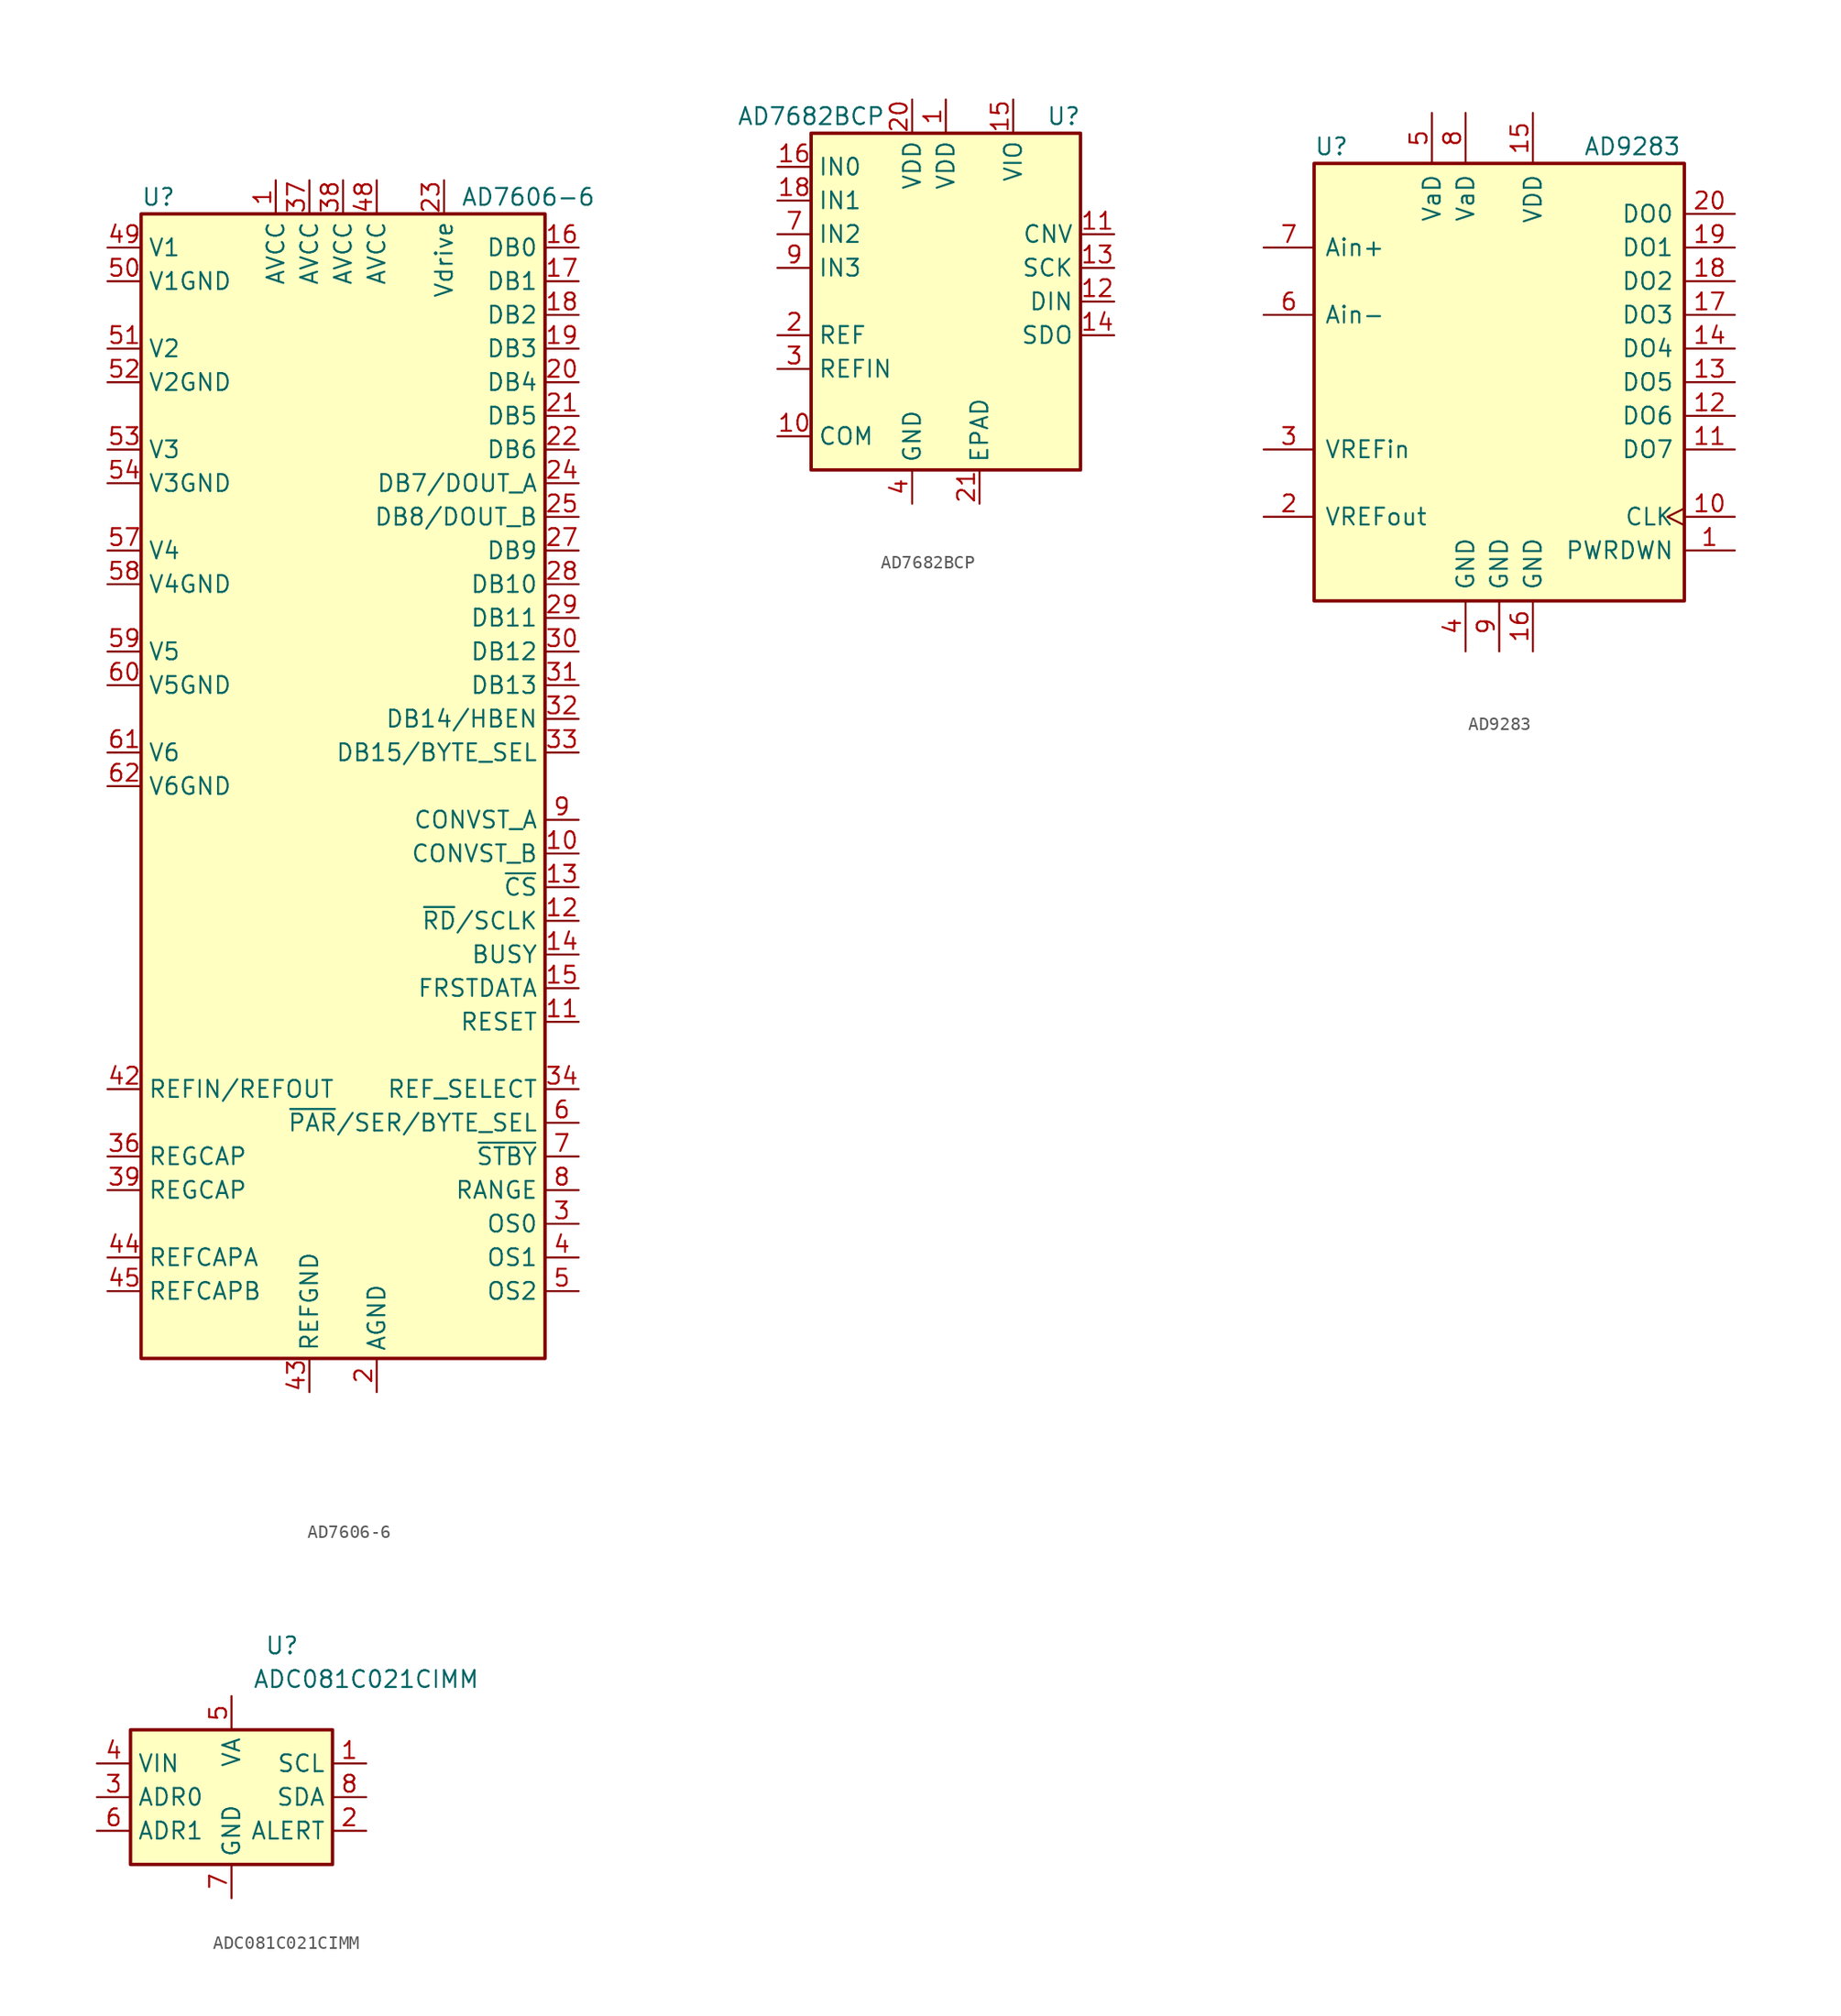
<source format=kicad_sym>
(kicad_symbol_lib
  (version 20220914)
  (generator kicad_symbol_editor)
  (symbol "AD7606-6"
    (property "Reference" "U"
      (at -15.24 44.45 0)
      (effects (font (size 1.27 1.27)) (justify left)))
    (property "Value" "AD7606-6"
      (at 8.89 44.45 0)
      (effects (font (size 1.27 1.27)) (justify left)))
    (symbol "AD7606-6_1_1"
      (rectangle (start -15.24 43.18) (end 15.24 -43.18) (stroke (width 0.254) (type default)) (fill (type background)))
      (pin power_in line (at -5.08 45.72 270) (length 2.54) (name "AVCC" (effects (font (size 1.27 1.27)))) (number "1" (effects (font (size 1.27 1.27)))))
      (pin input line (at 17.78 -5.08 180) (length 2.54) (name "CONVST_B" (effects (font (size 1.27 1.27)))) (number "10" (effects (font (size 1.27 1.27)))))
      (pin input line (at 17.78 -17.78 180) (length 2.54) (name "RESET" (effects (font (size 1.27 1.27)))) (number "11" (effects (font (size 1.27 1.27)))))
      (pin input line (at 17.78 -10.16 180) (length 2.54) (name "~{RD}/SCLK" (effects (font (size 1.27 1.27)))) (number "12" (effects (font (size 1.27 1.27)))))
      (pin input line (at 17.78 -7.62 180) (length 2.54) (name "~{CS}" (effects (font (size 1.27 1.27)))) (number "13" (effects (font (size 1.27 1.27)))))
      (pin output line (at 17.78 -12.7 180) (length 2.54) (name "BUSY" (effects (font (size 1.27 1.27)))) (number "14" (effects (font (size 1.27 1.27)))))
      (pin output line (at 17.78 -15.24 180) (length 2.54) (name "FRSTDATA" (effects (font (size 1.27 1.27)))) (number "15" (effects (font (size 1.27 1.27)))))
      (pin output line (at 17.78 40.64 180) (length 2.54) (name "DB0" (effects (font (size 1.27 1.27)))) (number "16" (effects (font (size 1.27 1.27)))))
      (pin output line (at 17.78 38.1 180) (length 2.54) (name "DB1" (effects (font (size 1.27 1.27)))) (number "17" (effects (font (size 1.27 1.27)))))
      (pin output line (at 17.78 35.56 180) (length 2.54) (name "DB2" (effects (font (size 1.27 1.27)))) (number "18" (effects (font (size 1.27 1.27)))))
      (pin output line (at 17.78 33.02 180) (length 2.54) (name "DB3" (effects (font (size 1.27 1.27)))) (number "19" (effects (font (size 1.27 1.27)))))
      (pin power_in line (at 2.54 -45.72 90) (length 2.54) (name "AGND" (effects (font (size 1.27 1.27)))) (number "2" (effects (font (size 1.27 1.27)))))
      (pin output line (at 17.78 30.48 180) (length 2.54) (name "DB4" (effects (font (size 1.27 1.27)))) (number "20" (effects (font (size 1.27 1.27)))))
      (pin output line (at 17.78 27.94 180) (length 2.54) (name "DB5" (effects (font (size 1.27 1.27)))) (number "21" (effects (font (size 1.27 1.27)))))
      (pin output line (at 17.78 25.4 180) (length 2.54) (name "DB6" (effects (font (size 1.27 1.27)))) (number "22" (effects (font (size 1.27 1.27)))))
      (pin power_in line (at 7.62 45.72 270) (length 2.54) (name "Vdrive" (effects (font (size 1.27 1.27)))) (number "23" (effects (font (size 1.27 1.27)))))
      (pin output line (at 17.78 22.86 180) (length 2.54) (name "DB7/DOUT_A" (effects (font (size 1.27 1.27)))) (number "24" (effects (font (size 1.27 1.27)))))
      (pin output line (at 17.78 20.32 180) (length 2.54) (name "DB8/DOUT_B" (effects (font (size 1.27 1.27)))) (number "25" (effects (font (size 1.27 1.27)))))
      (pin passive line (at 2.54 -45.72 90) (length 2.54) hide (name "AGND" (effects (font (size 1.27 1.27)))) (number "26" (effects (font (size 1.27 1.27)))))
      (pin output line (at 17.78 17.78 180) (length 2.54) (name "DB9" (effects (font (size 1.27 1.27)))) (number "27" (effects (font (size 1.27 1.27)))))
      (pin output line (at 17.78 15.24 180) (length 2.54) (name "DB10" (effects (font (size 1.27 1.27)))) (number "28" (effects (font (size 1.27 1.27)))))
      (pin output line (at 17.78 12.7 180) (length 2.54) (name "DB11" (effects (font (size 1.27 1.27)))) (number "29" (effects (font (size 1.27 1.27)))))
      (pin input line (at 17.78 -33.02 180) (length 2.54) (name "OS0" (effects (font (size 1.27 1.27)))) (number "3" (effects (font (size 1.27 1.27)))))
      (pin output line (at 17.78 10.16 180) (length 2.54) (name "DB12" (effects (font (size 1.27 1.27)))) (number "30" (effects (font (size 1.27 1.27)))))
      (pin output line (at 17.78 7.62 180) (length 2.54) (name "DB13" (effects (font (size 1.27 1.27)))) (number "31" (effects (font (size 1.27 1.27)))))
      (pin bidirectional line (at 17.78 5.08 180) (length 2.54) (name "DB14/HBEN" (effects (font (size 1.27 1.27)))) (number "32" (effects (font (size 1.27 1.27)))))
      (pin bidirectional line (at 17.78 2.54 180) (length 2.54) (name "DB15/BYTE_SEL" (effects (font (size 1.27 1.27)))) (number "33" (effects (font (size 1.27 1.27)))))
      (pin input line (at 17.78 -22.86 180) (length 2.54) (name "REF_SELECT" (effects (font (size 1.27 1.27)))) (number "34" (effects (font (size 1.27 1.27)))))
      (pin passive line (at 2.54 -45.72 90) (length 2.54) hide (name "AGND" (effects (font (size 1.27 1.27)))) (number "35" (effects (font (size 1.27 1.27)))))
      (pin passive line (at -17.78 -27.94 0) (length 2.54) (name "REGCAP" (effects (font (size 1.27 1.27)))) (number "36" (effects (font (size 1.27 1.27)))))
      (pin power_in line (at -2.54 45.72 270) (length 2.54) (name "AVCC" (effects (font (size 1.27 1.27)))) (number "37" (effects (font (size 1.27 1.27)))))
      (pin power_in line (at 0 45.72 270) (length 2.54) (name "AVCC" (effects (font (size 1.27 1.27)))) (number "38" (effects (font (size 1.27 1.27)))))
      (pin passive line (at -17.78 -30.48 0) (length 2.54) (name "REGCAP" (effects (font (size 1.27 1.27)))) (number "39" (effects (font (size 1.27 1.27)))))
      (pin input line (at 17.78 -35.56 180) (length 2.54) (name "OS1" (effects (font (size 1.27 1.27)))) (number "4" (effects (font (size 1.27 1.27)))))
      (pin passive line (at 2.54 -45.72 90) (length 2.54) hide (name "AGND" (effects (font (size 1.27 1.27)))) (number "40" (effects (font (size 1.27 1.27)))))
      (pin passive line (at 2.54 -45.72 90) (length 2.54) hide (name "AGND" (effects (font (size 1.27 1.27)))) (number "41" (effects (font (size 1.27 1.27)))))
      (pin passive line (at -17.78 -22.86 0) (length 2.54) (name "REFIN/REFOUT" (effects (font (size 1.27 1.27)))) (number "42" (effects (font (size 1.27 1.27)))))
      (pin power_in line (at -2.54 -45.72 90) (length 2.54) (name "REFGND" (effects (font (size 1.27 1.27)))) (number "43" (effects (font (size 1.27 1.27)))))
      (pin passive line (at -17.78 -35.56 0) (length 2.54) (name "REFCAPA" (effects (font (size 1.27 1.27)))) (number "44" (effects (font (size 1.27 1.27)))))
      (pin passive line (at -17.78 -38.1 0) (length 2.54) (name "REFCAPB" (effects (font (size 1.27 1.27)))) (number "45" (effects (font (size 1.27 1.27)))))
      (pin passive line (at -2.54 -45.72 90) (length 2.54) hide (name "REFGND" (effects (font (size 1.27 1.27)))) (number "46" (effects (font (size 1.27 1.27)))))
      (pin passive line (at 2.54 -45.72 90) (length 2.54) hide (name "AGND" (effects (font (size 1.27 1.27)))) (number "47" (effects (font (size 1.27 1.27)))))
      (pin power_in line (at 2.54 45.72 270) (length 2.54) (name "AVCC" (effects (font (size 1.27 1.27)))) (number "48" (effects (font (size 1.27 1.27)))))
      (pin input line (at -17.78 40.64 0) (length 2.54) (name "V1" (effects (font (size 1.27 1.27)))) (number "49" (effects (font (size 1.27 1.27)))))
      (pin input line (at 17.78 -38.1 180) (length 2.54) (name "OS2" (effects (font (size 1.27 1.27)))) (number "5" (effects (font (size 1.27 1.27)))))
      (pin input line (at -17.78 38.1 0) (length 2.54) (name "V1GND" (effects (font (size 1.27 1.27)))) (number "50" (effects (font (size 1.27 1.27)))))
      (pin input line (at -17.78 33.02 0) (length 2.54) (name "V2" (effects (font (size 1.27 1.27)))) (number "51" (effects (font (size 1.27 1.27)))))
      (pin input line (at -17.78 30.48 0) (length 2.54) (name "V2GND" (effects (font (size 1.27 1.27)))) (number "52" (effects (font (size 1.27 1.27)))))
      (pin input line (at -17.78 25.4 0) (length 2.54) (name "V3" (effects (font (size 1.27 1.27)))) (number "53" (effects (font (size 1.27 1.27)))))
      (pin input line (at -17.78 22.86 0) (length 2.54) (name "V3GND" (effects (font (size 1.27 1.27)))) (number "54" (effects (font (size 1.27 1.27)))))
      (pin passive line (at 2.54 -45.72 90) (length 2.54) hide (name "AGND" (effects (font (size 1.27 1.27)))) (number "55" (effects (font (size 1.27 1.27)))))
      (pin passive line (at 2.54 -45.72 90) (length 2.54) hide (name "AGND" (effects (font (size 1.27 1.27)))) (number "56" (effects (font (size 1.27 1.27)))))
      (pin input line (at -17.78 17.78 0) (length 2.54) (name "V4" (effects (font (size 1.27 1.27)))) (number "57" (effects (font (size 1.27 1.27)))))
      (pin input line (at -17.78 15.24 0) (length 2.54) (name "V4GND" (effects (font (size 1.27 1.27)))) (number "58" (effects (font (size 1.27 1.27)))))
      (pin input line (at -17.78 10.16 0) (length 2.54) (name "V5" (effects (font (size 1.27 1.27)))) (number "59" (effects (font (size 1.27 1.27)))))
      (pin input line (at 17.78 -25.4 180) (length 2.54) (name "~{PAR}/SER/BYTE_SEL" (effects (font (size 1.27 1.27)))) (number "6" (effects (font (size 1.27 1.27)))))
      (pin input line (at -17.78 7.62 0) (length 2.54) (name "V5GND" (effects (font (size 1.27 1.27)))) (number "60" (effects (font (size 1.27 1.27)))))
      (pin input line (at -17.78 2.54 0) (length 2.54) (name "V6" (effects (font (size 1.27 1.27)))) (number "61" (effects (font (size 1.27 1.27)))))
      (pin input line (at -17.78 0 0) (length 2.54) (name "V6GND" (effects (font (size 1.27 1.27)))) (number "62" (effects (font (size 1.27 1.27)))))
      (pin passive line (at 2.54 -45.72 90) (length 2.54) hide (name "AGND" (effects (font (size 1.27 1.27)))) (number "63" (effects (font (size 1.27 1.27)))))
      (pin passive line (at 2.54 -45.72 90) (length 2.54) hide (name "AGND" (effects (font (size 1.27 1.27)))) (number "64" (effects (font (size 1.27 1.27)))))
      (pin input line (at 17.78 -27.94 180) (length 2.54) (name "~{STBY}" (effects (font (size 1.27 1.27)))) (number "7" (effects (font (size 1.27 1.27)))))
      (pin input line (at 17.78 -30.48 180) (length 2.54) (name "RANGE" (effects (font (size 1.27 1.27)))) (number "8" (effects (font (size 1.27 1.27)))))
      (pin input line (at 17.78 -2.54 180) (length 2.54) (name "CONVST_A" (effects (font (size 1.27 1.27)))) (number "9" (effects (font (size 1.27 1.27)))))))
  (symbol "AD7682BCP"
    (property "Reference" "U"
      (at 8.89 13.97 0)
      (effects (font (size 1.27 1.27))))
    (property "Value" "AD7682BCP"
      (at -10.16 13.97 0)
      (effects (font (size 1.27 1.27))))
    (symbol "AD7682BCP_0_1"
      (rectangle (start -10.16 12.7) (end 10.16 -12.7) (stroke (width 0.254) (type default)) (fill (type background))))
    (symbol "AD7682BCP_1_1"
      (pin power_in line (at 0 15.24 270) (length 2.54) (name "VDD" (effects (font (size 1.27 1.27)))) (number "1" (effects (font (size 1.27 1.27)))))
      (pin input line (at -12.7 -10.16 0) (length 2.54) (name "COM" (effects (font (size 1.27 1.27)))) (number "10" (effects (font (size 1.27 1.27)))))
      (pin input line (at 12.7 5.08 180) (length 2.54) (name "CNV" (effects (font (size 1.27 1.27)))) (number "11" (effects (font (size 1.27 1.27)))))
      (pin input line (at 12.7 0 180) (length 2.54) (name "DIN" (effects (font (size 1.27 1.27)))) (number "12" (effects (font (size 1.27 1.27)))))
      (pin input line (at 12.7 2.54 180) (length 2.54) (name "SCK" (effects (font (size 1.27 1.27)))) (number "13" (effects (font (size 1.27 1.27)))))
      (pin output line (at 12.7 -2.54 180) (length 2.54) (name "SDO" (effects (font (size 1.27 1.27)))) (number "14" (effects (font (size 1.27 1.27)))))
      (pin power_in line (at 5.08 15.24 270) (length 2.54) (name "VIO" (effects (font (size 1.27 1.27)))) (number "15" (effects (font (size 1.27 1.27)))))
      (pin input line (at -12.7 10.16 0) (length 2.54) (name "IN0" (effects (font (size 1.27 1.27)))) (number "16" (effects (font (size 1.27 1.27)))))
      (pin no_connect line (at 10.16 -7.62 180) (length 2.54) hide (name "NC" (effects (font (size 1.27 1.27)))) (number "17" (effects (font (size 1.27 1.27)))))
      (pin input line (at -12.7 7.62 0) (length 2.54) (name "IN1" (effects (font (size 1.27 1.27)))) (number "18" (effects (font (size 1.27 1.27)))))
      (pin no_connect line (at 10.16 -5.08 180) (length 2.54) hide (name "NC" (effects (font (size 1.27 1.27)))) (number "19" (effects (font (size 1.27 1.27)))))
      (pin passive line (at -12.7 -2.54 0) (length 2.54) (name "REF" (effects (font (size 1.27 1.27)))) (number "2" (effects (font (size 1.27 1.27)))))
      (pin power_in line (at -2.54 15.24 270) (length 2.54) (name "VDD" (effects (font (size 1.27 1.27)))) (number "20" (effects (font (size 1.27 1.27)))))
      (pin passive line (at 2.54 -15.24 90) (length 2.54) (name "EPAD" (effects (font (size 1.27 1.27)))) (number "21" (effects (font (size 1.27 1.27)))))
      (pin passive line (at -12.7 -5.08 0) (length 2.54) (name "REFIN" (effects (font (size 1.27 1.27)))) (number "3" (effects (font (size 1.27 1.27)))))
      (pin power_in line (at -2.54 -15.24 90) (length 2.54) (name "GND" (effects (font (size 1.27 1.27)))) (number "4" (effects (font (size 1.27 1.27)))))
      (pin passive line (at -2.54 -15.24 90) (length 2.54) hide (name "GND" (effects (font (size 1.27 1.27)))) (number "5" (effects (font (size 1.27 1.27)))))
      (pin no_connect line (at 10.16 7.62 180) (length 2.54) hide (name "NC" (effects (font (size 1.27 1.27)))) (number "6" (effects (font (size 1.27 1.27)))))
      (pin input line (at -12.7 5.08 0) (length 2.54) (name "IN2" (effects (font (size 1.27 1.27)))) (number "7" (effects (font (size 1.27 1.27)))))
      (pin no_connect line (at 10.16 -10.16 180) (length 2.54) hide (name "NC" (effects (font (size 1.27 1.27)))) (number "8" (effects (font (size 1.27 1.27)))))
      (pin input line (at -12.7 2.54 0) (length 2.54) (name "IN3" (effects (font (size 1.27 1.27)))) (number "9" (effects (font (size 1.27 1.27)))))))
  (symbol "AD9283"
    (pin_names
      (offset 0.762))
    (property "Reference" "U"
      (at -13.97 17.78 0)
      (effects (font (size 1.27 1.27)) (justify left)))
    (property "Value" "AD9283"
      (at 6.35 17.78 0)
      (effects (font (size 1.27 1.27)) (justify left)))
    (symbol "AD9283_0_1"
      (rectangle (start -13.97 16.51) (end 13.97 -16.51) (stroke (width 0.254) (type default)) (fill (type background))))
    (symbol "AD9283_1_1"
      (pin input line (at 17.78 -12.7 180) (length 3.81) (name "PWRDWN" (effects (font (size 1.27 1.27)))) (number "1" (effects (font (size 1.27 1.27)))))
      (pin input clock (at 17.78 -10.16 180) (length 3.81) (name "CLK" (effects (font (size 1.27 1.27)))) (number "10" (effects (font (size 1.27 1.27)))))
      (pin output line (at 17.78 -5.08 180) (length 3.81) (name "DO7" (effects (font (size 1.27 1.27)))) (number "11" (effects (font (size 1.27 1.27)))))
      (pin output line (at 17.78 -2.54 180) (length 3.81) (name "DO6" (effects (font (size 1.27 1.27)))) (number "12" (effects (font (size 1.27 1.27)))))
      (pin output line (at 17.78 0 180) (length 3.81) (name "DO5" (effects (font (size 1.27 1.27)))) (number "13" (effects (font (size 1.27 1.27)))))
      (pin output line (at 17.78 2.54 180) (length 3.81) (name "DO4" (effects (font (size 1.27 1.27)))) (number "14" (effects (font (size 1.27 1.27)))))
      (pin power_in line (at 2.54 20.32 270) (length 3.81) (name "VDD" (effects (font (size 1.27 1.27)))) (number "15" (effects (font (size 1.27 1.27)))))
      (pin power_in line (at 2.54 -20.32 90) (length 3.81) (name "GND" (effects (font (size 1.27 1.27)))) (number "16" (effects (font (size 1.27 1.27)))))
      (pin output line (at 17.78 5.08 180) (length 3.81) (name "DO3" (effects (font (size 1.27 1.27)))) (number "17" (effects (font (size 1.27 1.27)))))
      (pin output line (at 17.78 7.62 180) (length 3.81) (name "DO2" (effects (font (size 1.27 1.27)))) (number "18" (effects (font (size 1.27 1.27)))))
      (pin output line (at 17.78 10.16 180) (length 3.81) (name "DO1" (effects (font (size 1.27 1.27)))) (number "19" (effects (font (size 1.27 1.27)))))
      (pin input line (at -17.78 -10.16 0) (length 3.81) (name "VREFout" (effects (font (size 1.27 1.27)))) (number "2" (effects (font (size 1.27 1.27)))))
      (pin output line (at 17.78 12.7 180) (length 3.81) (name "DO0" (effects (font (size 1.27 1.27)))) (number "20" (effects (font (size 1.27 1.27)))))
      (pin input line (at -17.78 -5.08 0) (length 3.81) (name "VREFin" (effects (font (size 1.27 1.27)))) (number "3" (effects (font (size 1.27 1.27)))))
      (pin power_in line (at -2.54 -20.32 90) (length 3.81) (name "GND" (effects (font (size 1.27 1.27)))) (number "4" (effects (font (size 1.27 1.27)))))
      (pin power_in line (at -5.08 20.32 270) (length 3.81) (name "VaD" (effects (font (size 1.27 1.27)))) (number "5" (effects (font (size 1.27 1.27)))))
      (pin input line (at -17.78 5.08 0) (length 3.81) (name "Ain-" (effects (font (size 1.27 1.27)))) (number "6" (effects (font (size 1.27 1.27)))))
      (pin input line (at -17.78 10.16 0) (length 3.81) (name "Ain+" (effects (font (size 1.27 1.27)))) (number "7" (effects (font (size 1.27 1.27)))))
      (pin power_in line (at -2.54 20.32 270) (length 3.81) (name "VaD" (effects (font (size 1.27 1.27)))) (number "8" (effects (font (size 1.27 1.27)))))
      (pin power_in line (at 0 -20.32 90) (length 3.81) (name "GND" (effects (font (size 1.27 1.27)))) (number "9" (effects (font (size 1.27 1.27)))))))
  (symbol "ADC081C021CIMM"
    (property "Reference" "U"
      (at 3.81 11.43 0)
      (effects (font (size 1.27 1.27))))
    (property "Value" "ADC081C021CIMM"
      (at 10.16 8.89 0)
      (effects (font (size 1.27 1.27))))
    (symbol "ADC081C021CIMM_0_1"
      (rectangle (start -7.62 5.08) (end 7.62 -5.08) (stroke (width 0.254) (type default)) (fill (type background))))
    (symbol "ADC081C021CIMM_1_1"
      (pin input line (at 10.16 2.54 180) (length 2.54) (name "SCL" (effects (font (size 1.27 1.27)))) (number "1" (effects (font (size 1.27 1.27)))))
      (pin open_collector line (at 10.16 -2.54 180) (length 2.54) (name "ALERT" (effects (font (size 1.27 1.27)))) (number "2" (effects (font (size 1.27 1.27)))))
      (pin input line (at -10.16 0 0) (length 2.54) (name "ADR0" (effects (font (size 1.27 1.27)))) (number "3" (effects (font (size 1.27 1.27)))))
      (pin input line (at -10.16 2.54 0) (length 2.54) (name "VIN" (effects (font (size 1.27 1.27)))) (number "4" (effects (font (size 1.27 1.27)))))
      (pin power_in line (at 0 7.62 270) (length 2.54) (name "VA" (effects (font (size 1.27 1.27)))) (number "5" (effects (font (size 1.27 1.27)))))
      (pin input line (at -10.16 -2.54 0) (length 2.54) (name "ADR1" (effects (font (size 1.27 1.27)))) (number "6" (effects (font (size 1.27 1.27)))))
      (pin power_in line (at 0 -7.62 90) (length 2.54) (name "GND" (effects (font (size 1.27 1.27)))) (number "7" (effects (font (size 1.27 1.27)))))
      (pin bidirectional line (at 10.16 0 180) (length 2.54) (name "SDA" (effects (font (size 1.27 1.27)))) (number "8" (effects (font (size 1.27 1.27))))))))
</source>
